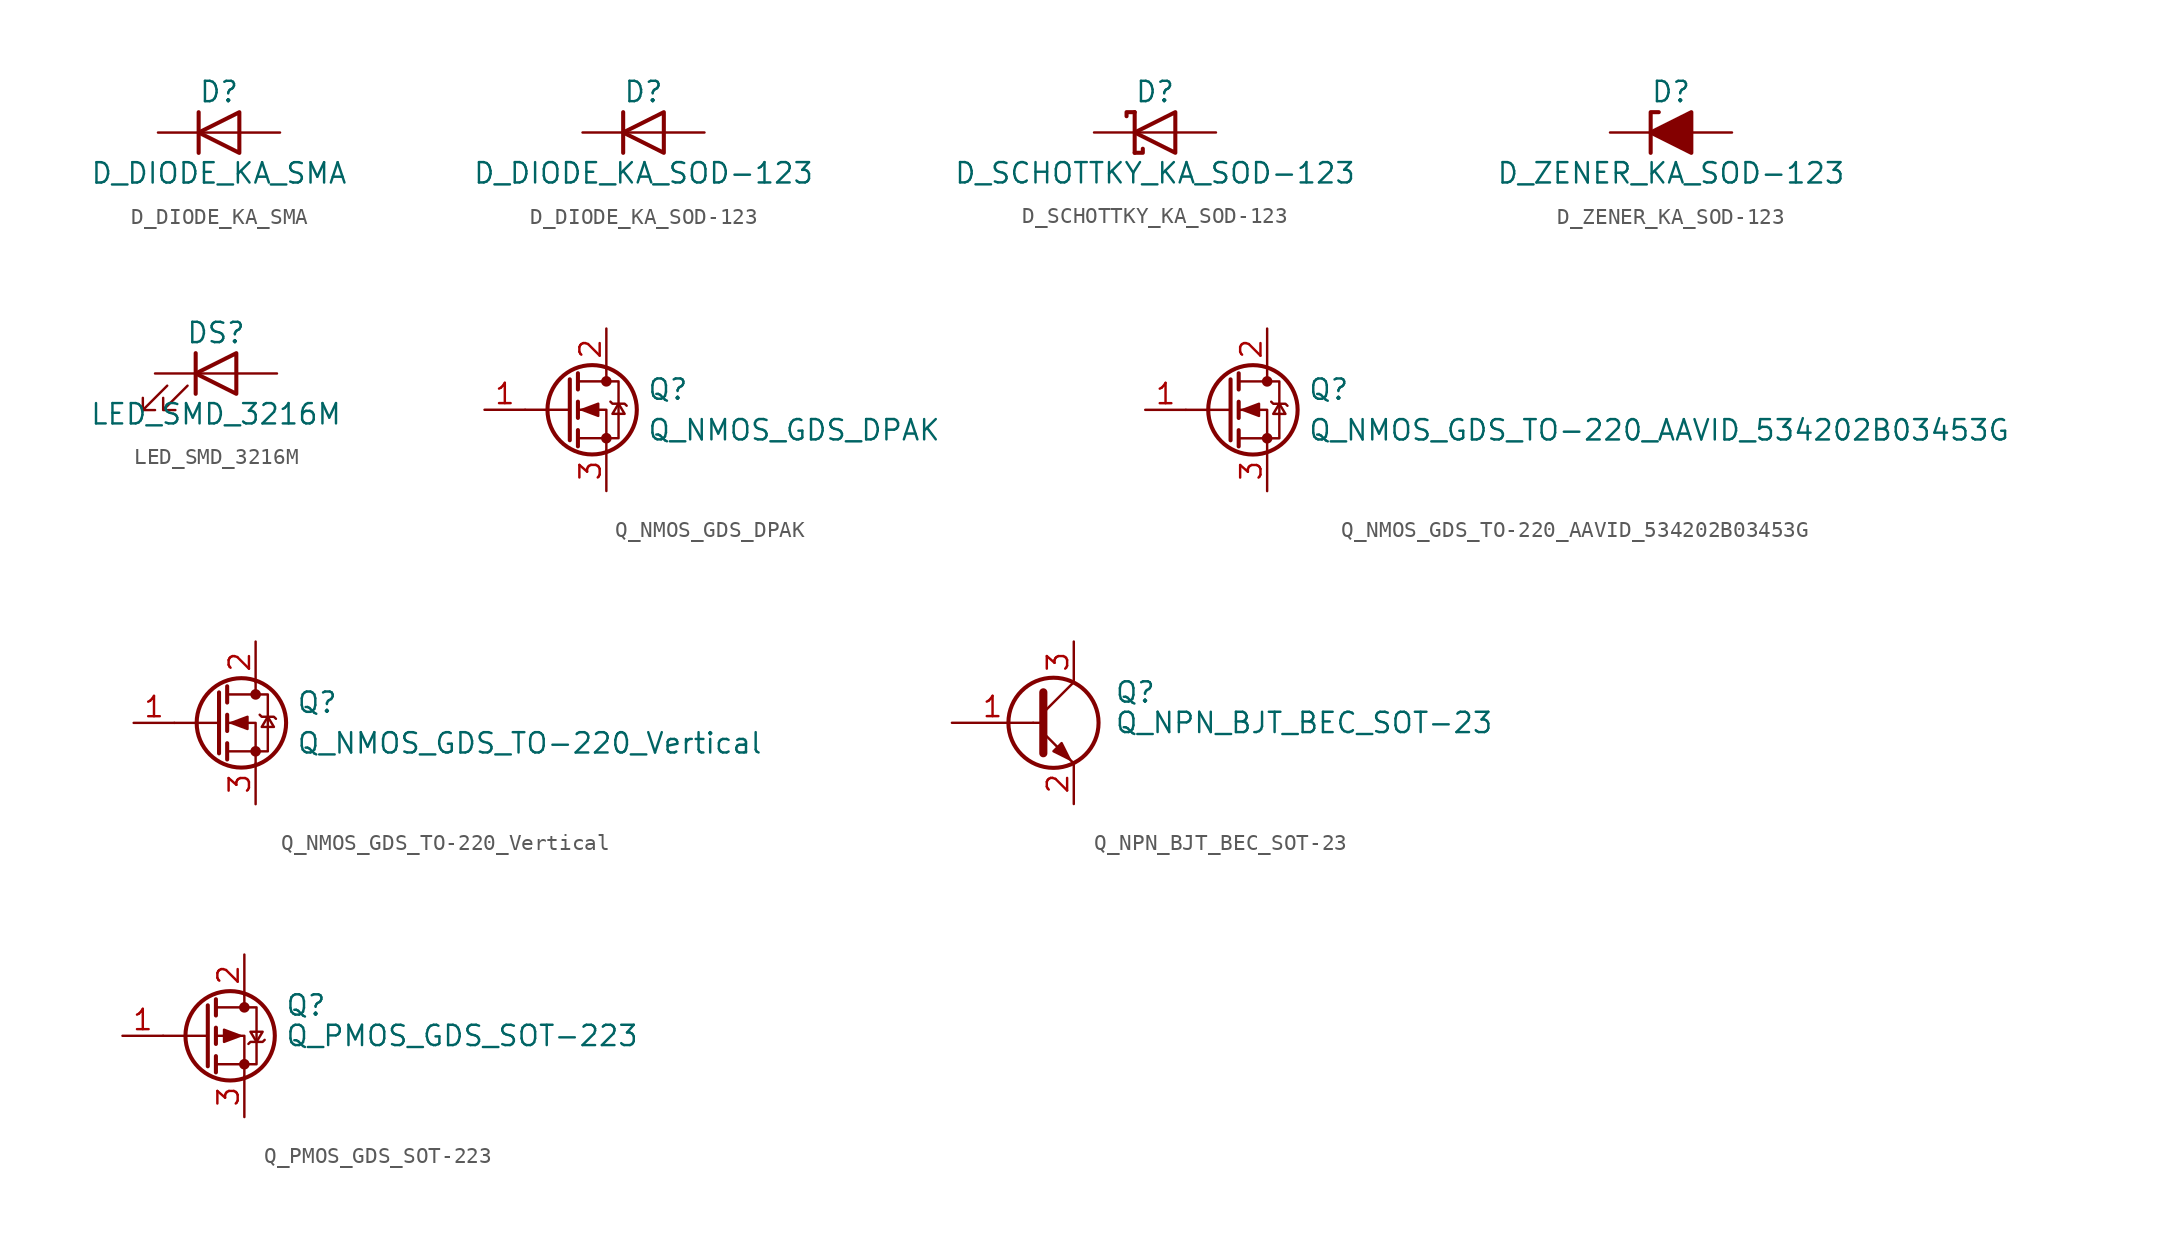
<source format=kicad_sym>
(kicad_symbol_lib
  (version 20231120)
  (generator "kicad_symbol_editor")
  (generator_version "8.0")
  (symbol "D_DIODE_KA_SMA"
    (pin_numbers hide)
    (pin_names
      (offset 1.016) hide)
    (property "Reference" "D"
      (at 0 2.54 0)
      (effects (font (size 1.27 1.27))))
    (property "Value" "D_DIODE_KA_SMA"
      (at 0 -2.54 0)
      (effects (font (size 1.27 1.27))))
    (symbol "D_DIODE_KA_SMA_0_1"
      (polyline (pts (xy -1.27 1.27) (xy -1.27 -1.27)) (stroke (width 0.254) (type default)) (fill (type none)))
      (polyline (pts (xy 1.27 0) (xy -1.27 0)) (stroke (width 0) (type default)) (fill (type none)))
      (polyline (pts (xy 1.27 1.27) (xy 1.27 -1.27) (xy -1.27 0) (xy 1.27 1.27)) (stroke (width 0.254) (type default)) (fill (type none))))
    (symbol "D_DIODE_KA_SMA_1_1"
      (pin passive line (at -3.81 0 0) (length 2.54) (name "K" (effects (font (size 1.27 1.27)))) (number "1" (effects (font (size 1.27 1.27)))))
      (pin passive line (at 3.81 0 180) (length 2.54) (name "A" (effects (font (size 1.27 1.27)))) (number "2" (effects (font (size 1.27 1.27)))))))
  (symbol "D_DIODE_KA_SOD-123"
    (pin_numbers hide)
    (pin_names
      (offset 1.016) hide)
    (property "Reference" "D"
      (at 0 2.54 0)
      (effects (font (size 1.27 1.27))))
    (property "Value" "D_DIODE_KA_SOD-123"
      (at 0 -2.54 0)
      (effects (font (size 1.27 1.27))))
    (symbol "D_DIODE_KA_SOD-123_0_1"
      (polyline (pts (xy -1.27 1.27) (xy -1.27 -1.27)) (stroke (width 0.254) (type default)) (fill (type none)))
      (polyline (pts (xy 1.27 0) (xy -1.27 0)) (stroke (width 0) (type default)) (fill (type none)))
      (polyline (pts (xy 1.27 1.27) (xy 1.27 -1.27) (xy -1.27 0) (xy 1.27 1.27)) (stroke (width 0.254) (type default)) (fill (type none))))
    (symbol "D_DIODE_KA_SOD-123_1_1"
      (pin passive line (at -3.81 0 0) (length 2.54) (name "K" (effects (font (size 1.27 1.27)))) (number "1" (effects (font (size 1.27 1.27)))))
      (pin passive line (at 3.81 0 180) (length 2.54) (name "A" (effects (font (size 1.27 1.27)))) (number "2" (effects (font (size 1.27 1.27)))))))
  (symbol "D_SCHOTTKY_KA_SOD-123"
    (pin_numbers hide)
    (pin_names
      (offset 1.016) hide)
    (property "Reference" "D"
      (at 0 2.54 0)
      (effects (font (size 1.27 1.27))))
    (property "Value" "D_SCHOTTKY_KA_SOD-123"
      (at 0 -2.54 0)
      (effects (font (size 1.27 1.27))))
    (symbol "D_SCHOTTKY_KA_SOD-123_0_1"
      (polyline (pts (xy -1.27 1.27) (xy -1.27 -1.27)) (stroke (width 0.254) (type default)) (fill (type none)))
      (polyline (pts (xy 1.27 0) (xy -1.27 0)) (stroke (width 0) (type default)) (fill (type none)))
      (polyline (pts (xy -1.27 -1.27) (xy -0.762 -1.27) (xy -0.762 -1.016)) (stroke (width 0.254) (type default)) (fill (type none)))
      (polyline (pts (xy -1.27 1.27) (xy -1.778 1.27) (xy -1.778 1.016)) (stroke (width 0.254) (type default)) (fill (type none)))
      (polyline (pts (xy 1.27 1.27) (xy 1.27 -1.27) (xy -1.27 0) (xy 1.27 1.27)) (stroke (width 0.254) (type default)) (fill (type none))))
    (symbol "D_SCHOTTKY_KA_SOD-123_1_1"
      (pin passive line (at -3.81 0 0) (length 2.54) (name "K" (effects (font (size 1.27 1.27)))) (number "1" (effects (font (size 1.27 1.27)))))
      (pin passive line (at 3.81 0 180) (length 2.54) (name "A" (effects (font (size 1.27 1.27)))) (number "2" (effects (font (size 1.27 1.27)))))))
  (symbol "D_ZENER_KA_SOD-123"
    (pin_numbers hide)
    (pin_names
      (offset 1.016) hide)
    (property "Reference" "D"
      (at 0 2.54 0)
      (effects (font (size 1.27 1.27))))
    (property "Value" "D_ZENER_KA_SOD-123"
      (at 0 -2.54 0)
      (effects (font (size 1.27 1.27))))
    (symbol "D_ZENER_KA_SOD-123_0_1"
      (polyline (pts (xy 1.27 0) (xy -1.27 0)) (stroke (width 0) (type default)) (fill (type none)))
      (polyline (pts (xy -1.27 -1.27) (xy -1.27 1.27) (xy -0.762 1.27)) (stroke (width 0.254) (type default)) (fill (type none)))
      (polyline (pts (xy 1.27 -1.27) (xy 1.27 1.27) (xy -1.27 0) (xy 1.27 -1.27)) (stroke (width 0.254) (type default)) (fill (type outline))))
    (symbol "D_ZENER_KA_SOD-123_1_1"
      (pin passive line (at -3.81 0 0) (length 2.54) (name "K" (effects (font (size 1.27 1.27)))) (number "1" (effects (font (size 1.27 1.27)))))
      (pin passive line (at 3.81 0 180) (length 2.54) (name "A" (effects (font (size 1.27 1.27)))) (number "2" (effects (font (size 1.27 1.27)))))))
  (symbol "LED_SMD_3216M"
    (pin_numbers hide)
    (pin_names
      (offset 1.016) hide)
    (property "Reference" "DS"
      (at 0 2.54 0)
      (effects (font (size 1.27 1.27))))
    (property "Value" "LED_SMD_3216M"
      (at 0 -2.54 0)
      (effects (font (size 1.27 1.27))))
    (symbol "LED_SMD_3216M_0_1"
      (polyline (pts (xy -1.27 -1.27) (xy -1.27 1.27)) (stroke (width 0.254) (type default)) (fill (type none)))
      (polyline (pts (xy -1.27 0) (xy 1.27 0)) (stroke (width 0) (type default)) (fill (type none)))
      (polyline (pts (xy 1.27 -1.27) (xy 1.27 1.27) (xy -1.27 0) (xy 1.27 -1.27)) (stroke (width 0.254) (type default)) (fill (type none)))
      (polyline (pts (xy -3.048 -0.762) (xy -4.572 -2.286) (xy -3.81 -2.286) (xy -4.572 -2.286) (xy -4.572 -1.524)) (stroke (width 0) (type default)) (fill (type none)))
      (polyline (pts (xy -1.778 -0.762) (xy -3.302 -2.286) (xy -2.54 -2.286) (xy -3.302 -2.286) (xy -3.302 -1.524)) (stroke (width 0) (type default)) (fill (type none))))
    (symbol "LED_SMD_3216M_1_1"
      (pin passive line (at -3.81 0 0) (length 2.54) (name "K" (effects (font (size 1.27 1.27)))) (number "1" (effects (font (size 1.27 1.27)))))
      (pin passive line (at 3.81 0 180) (length 2.54) (name "A" (effects (font (size 1.27 1.27)))) (number "2" (effects (font (size 1.27 1.27)))))))
  (symbol "Q_NMOS_GDS_DPAK"
    (pin_names
      (offset 0) hide)
    (property "Reference" "Q"
      (at 5.08 1.27 0)
      (effects (font (size 1.27 1.27)) (justify left)))
    (property "Value" "Q_NMOS_GDS_DPAK"
      (at 5.08 -1.27 0)
      (effects (font (size 1.27 1.27)) (justify left)))
    (symbol "Q_NMOS_GDS_DPAK_0_1"
      (polyline (pts (xy 0.254 0) (xy -2.54 0)) (stroke (width 0) (type default)) (fill (type none)))
      (polyline (pts (xy 0.254 1.905) (xy 0.254 -1.905)) (stroke (width 0.254) (type default)) (fill (type none)))
      (polyline (pts (xy 0.762 -1.27) (xy 0.762 -2.286)) (stroke (width 0.254) (type default)) (fill (type none)))
      (polyline (pts (xy 0.762 0.508) (xy 0.762 -0.508)) (stroke (width 0.254) (type default)) (fill (type none)))
      (polyline (pts (xy 0.762 2.286) (xy 0.762 1.27)) (stroke (width 0.254) (type default)) (fill (type none)))
      (polyline (pts (xy 2.54 2.54) (xy 2.54 1.778)) (stroke (width 0) (type default)) (fill (type none)))
      (polyline (pts (xy 2.54 -2.54) (xy 2.54 0) (xy 0.762 0)) (stroke (width 0) (type default)) (fill (type none)))
      (polyline (pts (xy 0.762 -1.778) (xy 3.302 -1.778) (xy 3.302 1.778) (xy 0.762 1.778)) (stroke (width 0) (type default)) (fill (type none)))
      (polyline (pts (xy 1.016 0) (xy 2.032 0.381) (xy 2.032 -0.381) (xy 1.016 0)) (stroke (width 0) (type default)) (fill (type outline)))
      (polyline (pts (xy 2.794 0.508) (xy 2.921 0.381) (xy 3.683 0.381) (xy 3.81 0.254)) (stroke (width 0) (type default)) (fill (type none)))
      (polyline (pts (xy 3.302 0.381) (xy 2.921 -0.254) (xy 3.683 -0.254) (xy 3.302 0.381)) (stroke (width 0) (type default)) (fill (type none)))
      (circle (center 1.651 0) (radius 2.794) (stroke (width 0.254) (type default)) (fill (type none)))
      (circle (center 2.54 -1.778) (radius 0.254) (stroke (width 0) (type default)) (fill (type outline)))
      (circle (center 2.54 1.778) (radius 0.254) (stroke (width 0) (type default)) (fill (type outline))))
    (symbol "Q_NMOS_GDS_DPAK_1_1"
      (pin input line (at -5.08 0 0) (length 2.54) (name "G" (effects (font (size 1.27 1.27)))) (number "1" (effects (font (size 1.27 1.27)))))
      (pin passive line (at 2.54 5.08 270) (length 2.54) (name "D" (effects (font (size 1.27 1.27)))) (number "2" (effects (font (size 1.27 1.27)))))
      (pin passive line (at 2.54 -5.08 90) (length 2.54) (name "S" (effects (font (size 1.27 1.27)))) (number "3" (effects (font (size 1.27 1.27)))))))
  (symbol "Q_NMOS_GDS_TO-220_AAVID_534202B03453G"
    (pin_names
      (offset 0) hide)
    (property "Reference" "Q"
      (at 5.08 1.27 0)
      (effects (font (size 1.27 1.27)) (justify left)))
    (property "Value" "Q_NMOS_GDS_TO-220_AAVID_534202B03453G"
      (at 5.08 -1.27 0)
      (effects (font (size 1.27 1.27)) (justify left)))
    (symbol "Q_NMOS_GDS_TO-220_AAVID_534202B03453G_0_1"
      (polyline (pts (xy 0.254 0) (xy -2.54 0)) (stroke (width 0) (type default)) (fill (type none)))
      (polyline (pts (xy 0.254 1.905) (xy 0.254 -1.905)) (stroke (width 0.254) (type default)) (fill (type none)))
      (polyline (pts (xy 0.762 -1.27) (xy 0.762 -2.286)) (stroke (width 0.254) (type default)) (fill (type none)))
      (polyline (pts (xy 0.762 0.508) (xy 0.762 -0.508)) (stroke (width 0.254) (type default)) (fill (type none)))
      (polyline (pts (xy 0.762 2.286) (xy 0.762 1.27)) (stroke (width 0.254) (type default)) (fill (type none)))
      (polyline (pts (xy 2.54 2.54) (xy 2.54 1.778)) (stroke (width 0) (type default)) (fill (type none)))
      (polyline (pts (xy 2.54 -2.54) (xy 2.54 0) (xy 0.762 0)) (stroke (width 0) (type default)) (fill (type none)))
      (polyline (pts (xy 0.762 -1.778) (xy 3.302 -1.778) (xy 3.302 1.778) (xy 0.762 1.778)) (stroke (width 0) (type default)) (fill (type none)))
      (polyline (pts (xy 1.016 0) (xy 2.032 0.381) (xy 2.032 -0.381) (xy 1.016 0)) (stroke (width 0) (type default)) (fill (type outline)))
      (polyline (pts (xy 2.794 0.508) (xy 2.921 0.381) (xy 3.683 0.381) (xy 3.81 0.254)) (stroke (width 0) (type default)) (fill (type none)))
      (polyline (pts (xy 3.302 0.381) (xy 2.921 -0.254) (xy 3.683 -0.254) (xy 3.302 0.381)) (stroke (width 0) (type default)) (fill (type none)))
      (circle (center 1.651 0) (radius 2.794) (stroke (width 0.254) (type default)) (fill (type none)))
      (circle (center 2.54 -1.778) (radius 0.254) (stroke (width 0) (type default)) (fill (type outline)))
      (circle (center 2.54 1.778) (radius 0.254) (stroke (width 0) (type default)) (fill (type outline))))
    (symbol "Q_NMOS_GDS_TO-220_AAVID_534202B03453G_1_1"
      (pin input line (at -5.08 0 0) (length 2.54) (name "G" (effects (font (size 1.27 1.27)))) (number "1" (effects (font (size 1.27 1.27)))))
      (pin passive line (at 2.54 5.08 270) (length 2.54) (name "D" (effects (font (size 1.27 1.27)))) (number "2" (effects (font (size 1.27 1.27)))))
      (pin passive line (at 2.54 -5.08 90) (length 2.54) (name "S" (effects (font (size 1.27 1.27)))) (number "3" (effects (font (size 1.27 1.27)))))))
  (symbol "Q_NMOS_GDS_TO-220_Vertical"
    (pin_names
      (offset 0) hide)
    (property "Reference" "Q"
      (at 5.08 1.27 0)
      (effects (font (size 1.27 1.27)) (justify left)))
    (property "Value" "Q_NMOS_GDS_TO-220_Vertical"
      (at 5.08 -1.27 0)
      (effects (font (size 1.27 1.27)) (justify left)))
    (symbol "Q_NMOS_GDS_TO-220_Vertical_0_1"
      (polyline (pts (xy 0.254 0) (xy -2.54 0)) (stroke (width 0) (type default)) (fill (type none)))
      (polyline (pts (xy 0.254 1.905) (xy 0.254 -1.905)) (stroke (width 0.254) (type default)) (fill (type none)))
      (polyline (pts (xy 0.762 -1.27) (xy 0.762 -2.286)) (stroke (width 0.254) (type default)) (fill (type none)))
      (polyline (pts (xy 0.762 0.508) (xy 0.762 -0.508)) (stroke (width 0.254) (type default)) (fill (type none)))
      (polyline (pts (xy 0.762 2.286) (xy 0.762 1.27)) (stroke (width 0.254) (type default)) (fill (type none)))
      (polyline (pts (xy 2.54 2.54) (xy 2.54 1.778)) (stroke (width 0) (type default)) (fill (type none)))
      (polyline (pts (xy 2.54 -2.54) (xy 2.54 0) (xy 0.762 0)) (stroke (width 0) (type default)) (fill (type none)))
      (polyline (pts (xy 0.762 -1.778) (xy 3.302 -1.778) (xy 3.302 1.778) (xy 0.762 1.778)) (stroke (width 0) (type default)) (fill (type none)))
      (polyline (pts (xy 1.016 0) (xy 2.032 0.381) (xy 2.032 -0.381) (xy 1.016 0)) (stroke (width 0) (type default)) (fill (type outline)))
      (polyline (pts (xy 2.794 0.508) (xy 2.921 0.381) (xy 3.683 0.381) (xy 3.81 0.254)) (stroke (width 0) (type default)) (fill (type none)))
      (polyline (pts (xy 3.302 0.381) (xy 2.921 -0.254) (xy 3.683 -0.254) (xy 3.302 0.381)) (stroke (width 0) (type default)) (fill (type none)))
      (circle (center 1.651 0) (radius 2.794) (stroke (width 0.254) (type default)) (fill (type none)))
      (circle (center 2.54 -1.778) (radius 0.254) (stroke (width 0) (type default)) (fill (type outline)))
      (circle (center 2.54 1.778) (radius 0.254) (stroke (width 0) (type default)) (fill (type outline))))
    (symbol "Q_NMOS_GDS_TO-220_Vertical_1_1"
      (pin input line (at -5.08 0 0) (length 2.54) (name "G" (effects (font (size 1.27 1.27)))) (number "1" (effects (font (size 1.27 1.27)))))
      (pin passive line (at 2.54 5.08 270) (length 2.54) (name "D" (effects (font (size 1.27 1.27)))) (number "2" (effects (font (size 1.27 1.27)))))
      (pin passive line (at 2.54 -5.08 90) (length 2.54) (name "S" (effects (font (size 1.27 1.27)))) (number "3" (effects (font (size 1.27 1.27)))))))
  (symbol "Q_NPN_BJT_BEC_SOT-23"
    (pin_names
      (offset 0) hide)
    (property "Reference" "Q"
      (at 5.08 1.905 0)
      (effects (font (size 1.27 1.27)) (justify left)))
    (property "Value" "Q_NPN_BJT_BEC_SOT-23"
      (at 5.08 0 0)
      (effects (font (size 1.27 1.27)) (justify left)))
    (symbol "Q_NPN_BJT_BEC_SOT-23_0_1"
      (polyline (pts (xy 0 0) (xy 0.635 0)) (stroke (width 0) (type default)) (fill (type none)))
      (polyline (pts (xy 0.635 0.635) (xy 2.54 2.54)) (stroke (width 0) (type default)) (fill (type none)))
      (polyline (pts (xy 0.635 -0.635) (xy 2.54 -2.54) (xy 2.54 -2.54)) (stroke (width 0) (type default)) (fill (type none)))
      (polyline (pts (xy 0.635 1.905) (xy 0.635 -1.905) (xy 0.635 -1.905)) (stroke (width 0.508) (type default)) (fill (type none)))
      (polyline (pts (xy 1.27 -1.778) (xy 1.778 -1.27) (xy 2.286 -2.286) (xy 1.27 -1.778) (xy 1.27 -1.778)) (stroke (width 0) (type default)) (fill (type outline)))
      (circle (center 1.27 0) (radius 2.819) (stroke (width 0.254) (type default)) (fill (type none))))
    (symbol "Q_NPN_BJT_BEC_SOT-23_1_1"
      (pin input line (at -5.08 0 0) (length 5.08) (name "B" (effects (font (size 1.27 1.27)))) (number "1" (effects (font (size 1.27 1.27)))))
      (pin passive line (at 2.54 -5.08 90) (length 2.54) (name "E" (effects (font (size 1.27 1.27)))) (number "2" (effects (font (size 1.27 1.27)))))
      (pin passive line (at 2.54 5.08 270) (length 2.54) (name "C" (effects (font (size 1.27 1.27)))) (number "3" (effects (font (size 1.27 1.27)))))))
  (symbol "Q_PMOS_GDS_SOT-223"
    (pin_names hide)
    (property "Reference" "Q"
      (at 5.08 1.905 0)
      (effects (font (size 1.27 1.27)) (justify left)))
    (property "Value" "Q_PMOS_GDS_SOT-223"
      (at 5.08 0 0)
      (effects (font (size 1.27 1.27)) (justify left)))
    (symbol "Q_PMOS_GDS_SOT-223_0_1"
      (polyline (pts (xy 0.254 0) (xy -2.54 0)) (stroke (width 0) (type default)) (fill (type none)))
      (polyline (pts (xy 0.254 1.905) (xy 0.254 -1.905)) (stroke (width 0.254) (type default)) (fill (type none)))
      (polyline (pts (xy 0.762 -1.27) (xy 0.762 -2.286)) (stroke (width 0.254) (type default)) (fill (type none)))
      (polyline (pts (xy 0.762 0.508) (xy 0.762 -0.508)) (stroke (width 0.254) (type default)) (fill (type none)))
      (polyline (pts (xy 0.762 2.286) (xy 0.762 1.27)) (stroke (width 0.254) (type default)) (fill (type none)))
      (polyline (pts (xy 2.54 2.54) (xy 2.54 1.778)) (stroke (width 0) (type default)) (fill (type none)))
      (polyline (pts (xy 2.54 -2.54) (xy 2.54 0) (xy 0.762 0)) (stroke (width 0) (type default)) (fill (type none)))
      (polyline (pts (xy 0.762 1.778) (xy 3.302 1.778) (xy 3.302 -1.778) (xy 0.762 -1.778)) (stroke (width 0) (type default)) (fill (type none)))
      (polyline (pts (xy 2.286 0) (xy 1.27 0.381) (xy 1.27 -0.381) (xy 2.286 0)) (stroke (width 0) (type default)) (fill (type outline)))
      (polyline (pts (xy 2.794 -0.508) (xy 2.921 -0.381) (xy 3.683 -0.381) (xy 3.81 -0.254)) (stroke (width 0) (type default)) (fill (type none)))
      (polyline (pts (xy 3.302 -0.381) (xy 2.921 0.254) (xy 3.683 0.254) (xy 3.302 -0.381)) (stroke (width 0) (type default)) (fill (type none)))
      (circle (center 1.651 0) (radius 2.794) (stroke (width 0.254) (type default)) (fill (type none)))
      (circle (center 2.54 -1.778) (radius 0.254) (stroke (width 0) (type default)) (fill (type outline)))
      (circle (center 2.54 1.778) (radius 0.254) (stroke (width 0) (type default)) (fill (type outline))))
    (symbol "Q_PMOS_GDS_SOT-223_1_1"
      (pin input line (at -5.08 0 0) (length 2.54) (name "G" (effects (font (size 1.27 1.27)))) (number "1" (effects (font (size 1.27 1.27)))))
      (pin passive line (at 2.54 5.08 270) (length 2.54) (name "D" (effects (font (size 1.27 1.27)))) (number "2" (effects (font (size 1.27 1.27)))))
      (pin passive line (at 2.54 -5.08 90) (length 2.54) (name "S" (effects (font (size 1.27 1.27)))) (number "3" (effects (font (size 1.27 1.27))))))))
</source>
